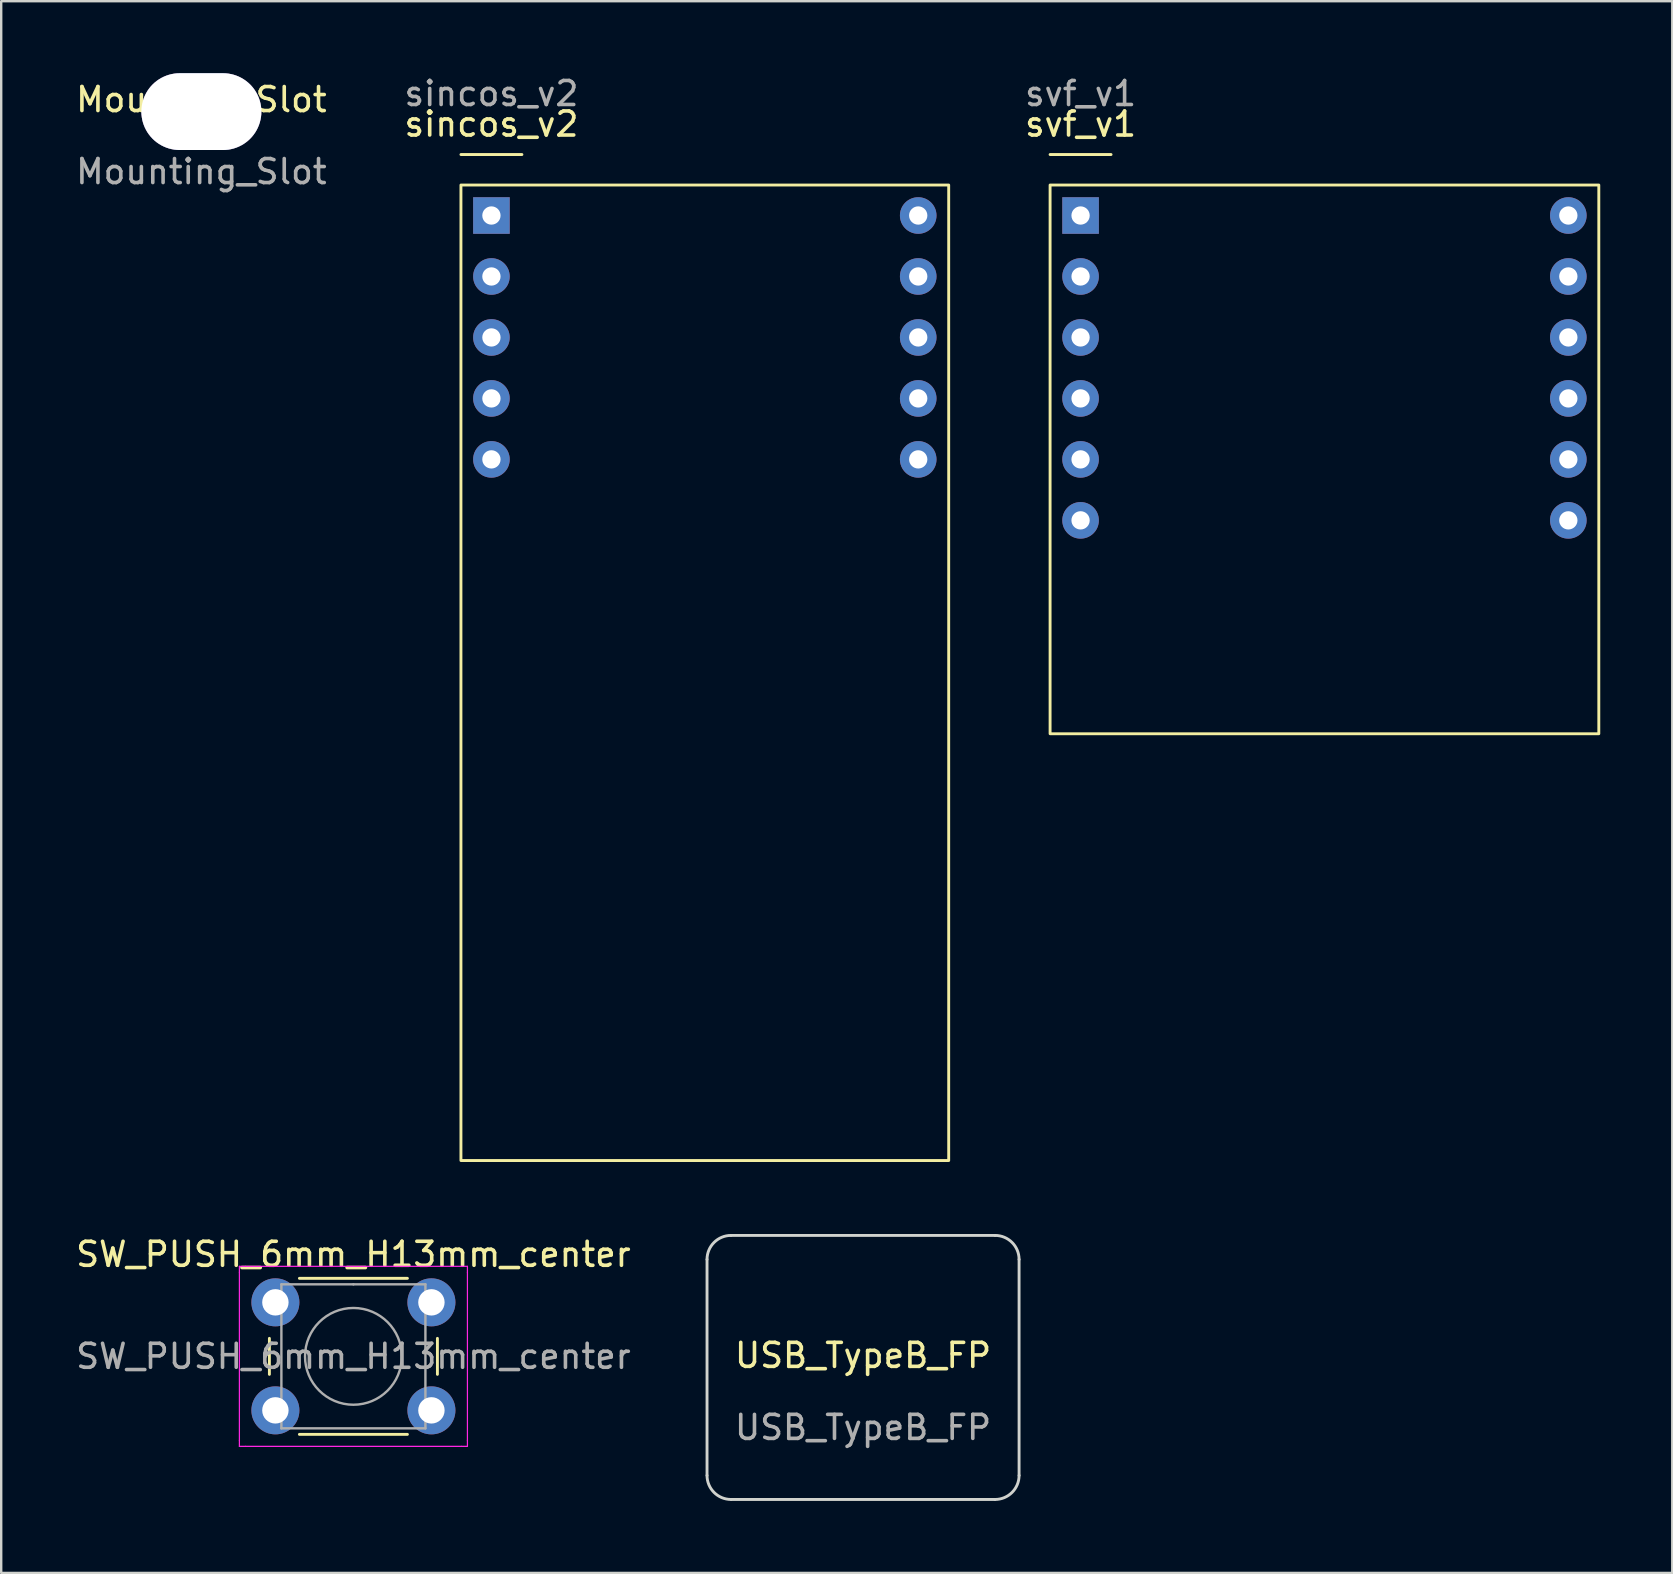
<source format=kicad_pcb>
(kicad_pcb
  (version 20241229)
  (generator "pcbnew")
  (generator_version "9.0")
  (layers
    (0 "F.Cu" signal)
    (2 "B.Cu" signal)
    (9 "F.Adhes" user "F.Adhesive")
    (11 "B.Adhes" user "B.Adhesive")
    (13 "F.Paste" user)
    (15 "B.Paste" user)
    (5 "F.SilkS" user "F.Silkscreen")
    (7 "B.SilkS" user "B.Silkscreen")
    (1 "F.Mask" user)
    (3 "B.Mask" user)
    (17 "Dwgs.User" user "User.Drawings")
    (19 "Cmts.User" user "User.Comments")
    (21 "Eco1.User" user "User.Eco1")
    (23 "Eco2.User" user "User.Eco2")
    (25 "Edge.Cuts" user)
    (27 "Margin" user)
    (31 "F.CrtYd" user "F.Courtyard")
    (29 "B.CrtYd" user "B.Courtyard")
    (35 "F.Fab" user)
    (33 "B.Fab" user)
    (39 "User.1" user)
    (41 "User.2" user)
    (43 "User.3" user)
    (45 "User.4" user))
  (footprint "sincos_v2"
    (layer "F.Cu")
    (at 17.423 5.928)
    (property "Reference" "sincos_v2" (at 0 -3.81 0) (unlocked yes) (layer "F.SilkS") (effects (font (size 1 1) (thickness 0.15))))
    (fp_line (start -1.27 -2.54) (end 1.27 -2.54) (stroke (width 0.12) (type solid)) (layer "F.SilkS"))
    (fp_rect (start -1.27 -1.27) (end 19.05 39.37) (stroke (width 0.12) (type solid)) (fill no) (layer "F.SilkS"))
    (fp_text user "${REFERENCE}" (at 0 -5.08 0) (unlocked yes) (layer "F.Fab") (effects (font (size 1 1) (thickness 0.15))))
    (pad "1" thru_hole rect (at 0 0) (size 1.524 1.524) (drill 0.762) (layers "*.Cu" "*.Mask"))
    (pad "2" thru_hole circle (at 0 2.54) (size 1.524 1.524) (drill 0.762) (layers "*.Cu" "*.Mask"))
    (pad "3" thru_hole circle (at 0 5.08) (size 1.524 1.524) (drill 0.762) (layers "*.Cu" "*.Mask"))
    (pad "4" thru_hole circle (at 0 7.62) (size 1.524 1.524) (drill 0.762) (layers "*.Cu" "*.Mask"))
    (pad "5" thru_hole circle (at 0 10.16) (size 1.524 1.524) (drill 0.762) (layers "*.Cu" "*.Mask"))
    (pad "6" thru_hole circle (at 17.78 10.16) (size 1.524 1.524) (drill 0.762) (layers "*.Cu" "*.Mask"))
    (pad "7" thru_hole circle (at 17.78 7.62) (size 1.524 1.524) (drill 0.762) (layers "*.Cu" "*.Mask"))
    (pad "8" thru_hole circle (at 17.78 5.08) (size 1.524 1.524) (drill 0.762) (layers "*.Cu" "*.Mask"))
    (pad "9" thru_hole circle (at 17.78 2.54) (size 1.524 1.524) (drill 0.762) (layers "*.Cu" "*.Mask"))
    (pad "10" thru_hole circle (at 17.78 0) (size 1.524 1.524) (drill 0.762) (layers "*.Cu" "*.Mask")))
  (footprint "USB_TypeB_FP"
    (layer "F.Cu")
    (at 32.905 53.918)
    (property "Reference" "USB_TypeB_FP" (at 0 -0.5 0) (unlocked yes) (layer "F.SilkS") (effects (font (size 1 1) (thickness 0.15))))
    (fp_line (start -6.5 4.5) (end -6.5 -4.5) (stroke (width 0.12) (type solid)) (layer "Edge.Cuts"))
    (fp_line (start 5.5 -5.5) (end -5.5 -5.5) (stroke (width 0.12) (type solid)) (layer "Edge.Cuts"))
    (fp_line (start 5.5 5.5) (end -5.5 5.5) (stroke (width 0.12) (type solid)) (layer "Edge.Cuts"))
    (fp_line (start 6.5 4.5) (end 6.5 -4.5) (stroke (width 0.12) (type solid)) (layer "Edge.Cuts"))
    (fp_arc (start -6.5 -4.5) (mid -6.207107 -5.207107) (end -5.5 -5.5) (stroke (width 0.12) (type solid)) (layer "Edge.Cuts"))
    (fp_arc (start -5.5 5.5) (mid -6.207107 5.207107) (end -6.5 4.5) (stroke (width 0.12) (type solid)) (layer "Edge.Cuts"))
    (fp_arc (start 5.5 -5.5) (mid 6.207107 -5.207107) (end 6.5 -4.5) (stroke (width 0.12) (type solid)) (layer "Edge.Cuts"))
    (fp_arc (start 6.5 4.5) (mid 6.207107 5.207107) (end 5.5 5.5) (stroke (width 0.12) (type solid)) (layer "Edge.Cuts"))
    (fp_text user "${REFERENCE}" (at 0 2.5 0) (unlocked yes) (layer "F.Fab") (effects (font (size 1 1) (thickness 0.15)))))
  (footprint "Mounting_Slot"
    (layer "F.Cu")
    (at 5.339 1.6)
    (property "Reference" "Mounting_Slot" (at 0 -0.5 0) (unlocked yes) (layer "F.SilkS") (effects (font (size 1 1) (thickness 0.15))))
    (fp_text user "${REFERENCE}" (at 0 2.5 0) (unlocked yes) (layer "F.Fab") (effects (font (size 1 1) (thickness 0.15))))
    (pad "1" thru_hole oval (at 0 0) (size 5 3.2) (drill oval 5 3.2) (layers "*.Cu" "*.Mask")))
  (footprint "svf_v1"
    (layer "F.Cu")
    (at 41.967 5.928)
    (property "Reference" "svf_v1" (at 0 -3.81 0) (unlocked yes) (layer "F.SilkS") (effects (font (size 1 1) (thickness 0.15))))
    (fp_line (start -1.27 -2.54) (end 1.27 -2.54) (stroke (width 0.12) (type solid)) (layer "F.SilkS"))
    (fp_rect (start -1.27 -1.27) (end 21.59 21.59) (stroke (width 0.12) (type solid)) (fill no) (layer "F.SilkS"))
    (fp_text user "${REFERENCE}" (at 0 -5.08 0) (unlocked yes) (layer "F.Fab") (effects (font (size 1 1) (thickness 0.15))))
    (pad "1" thru_hole rect (at 0 0) (size 1.524 1.524) (drill 0.762) (layers "*.Cu" "*.Mask"))
    (pad "2" thru_hole circle (at 0 2.54) (size 1.524 1.524) (drill 0.762) (layers "*.Cu" "*.Mask"))
    (pad "3" thru_hole circle (at 0 5.08) (size 1.524 1.524) (drill 0.762) (layers "*.Cu" "*.Mask"))
    (pad "4" thru_hole circle (at 0 7.62) (size 1.524 1.524) (drill 0.762) (layers "*.Cu" "*.Mask"))
    (pad "5" thru_hole circle (at 0 10.16) (size 1.524 1.524) (drill 0.762) (layers "*.Cu" "*.Mask"))
    (pad "6" thru_hole circle (at 0 12.7) (size 1.524 1.524) (drill 0.762) (layers "*.Cu" "*.Mask"))
    (pad "7" thru_hole circle (at 20.32 12.7) (size 1.524 1.524) (drill 0.762) (layers "*.Cu" "*.Mask"))
    (pad "8" thru_hole circle (at 20.32 10.16) (size 1.524 1.524) (drill 0.762) (layers "*.Cu" "*.Mask"))
    (pad "9" thru_hole circle (at 20.32 7.62) (size 1.524 1.524) (drill 0.762) (layers "*.Cu" "*.Mask"))
    (pad "10" thru_hole circle (at 20.32 5.08) (size 1.524 1.524) (drill 0.762) (layers "*.Cu" "*.Mask"))
    (pad "11" thru_hole circle (at 20.32 2.54) (size 1.524 1.524) (drill 0.762) (layers "*.Cu" "*.Mask"))
    (pad "12" thru_hole circle (at 20.32 0) (size 1.524 1.524) (drill 0.762) (layers "*.Cu" "*.Mask")))
  (footprint "SW_PUSH_6mm_H13mm_center"
    (layer "F.Cu")
    (at 11.673 53.456)
    (property "Reference" "SW_PUSH_6mm_H13mm_center" (at 0 -4.25 0) (layer "F.SilkS") (effects (font (size 1 1) (thickness 0.15))))
    (attr through_hole)
    (fp_line (start -3.5 -0.75) (end -3.5 0.75) (stroke (width 0.12) (type solid)) (layer "F.SilkS"))
    (fp_line (start -2.25 3.25) (end 2.25 3.25) (stroke (width 0.12) (type solid)) (layer "F.SilkS"))
    (fp_line (start 2.25 -3.25) (end -2.25 -3.25) (stroke (width 0.12) (type solid)) (layer "F.SilkS"))
    (fp_line (start 3.5 0.75) (end 3.5 -0.75) (stroke (width 0.12) (type solid)) (layer "F.SilkS"))
    (fp_line (start -4.75 -3.75) (end -4.5 -3.75) (stroke (width 0.05) (type solid)) (layer "F.CrtYd"))
    (fp_line (start -4.75 -3.5) (end -4.75 -3.75) (stroke (width 0.05) (type solid)) (layer "F.CrtYd"))
    (fp_line (start -4.75 3.5) (end -4.75 -3.5) (stroke (width 0.05) (type solid)) (layer "F.CrtYd"))
    (fp_line (start -4.75 3.5) (end -4.75 3.75) (stroke (width 0.05) (type solid)) (layer "F.CrtYd"))
    (fp_line (start -4.75 3.75) (end -4.5 3.75) (stroke (width 0.05) (type solid)) (layer "F.CrtYd"))
    (fp_line (start -4.5 -3.75) (end 4.5 -3.75) (stroke (width 0.05) (type solid)) (layer "F.CrtYd"))
    (fp_line (start 4.5 -3.75) (end 4.75 -3.75) (stroke (width 0.05) (type solid)) (layer "F.CrtYd"))
    (fp_line (start 4.5 3.75) (end -4.5 3.75) (stroke (width 0.05) (type solid)) (layer "F.CrtYd"))
    (fp_line (start 4.5 3.75) (end 4.75 3.75) (stroke (width 0.05) (type solid)) (layer "F.CrtYd"))
    (fp_line (start 4.75 -3.75) (end 4.75 -3.5) (stroke (width 0.05) (type solid)) (layer "F.CrtYd"))
    (fp_line (start 4.75 -3.5) (end 4.75 3.5) (stroke (width 0.05) (type solid)) (layer "F.CrtYd"))
    (fp_line (start 4.75 3.75) (end 4.75 3.5) (stroke (width 0.05) (type solid)) (layer "F.CrtYd"))
    (fp_line (start -3 -3) (end 0 -3) (stroke (width 0.1) (type solid)) (layer "F.Fab"))
    (fp_line (start -3 3) (end -3 -3) (stroke (width 0.1) (type solid)) (layer "F.Fab"))
    (fp_line (start 0 -3) (end 3 -3) (stroke (width 0.1) (type solid)) (layer "F.Fab"))
    (fp_line (start 3 -3) (end 3 3) (stroke (width 0.1) (type solid)) (layer "F.Fab"))
    (fp_line (start 3 3) (end -3 3) (stroke (width 0.1) (type solid)) (layer "F.Fab"))
    (fp_circle (center 0 0) (end -2 0.25) (stroke (width 0.1) (type solid)) (fill no) (layer "F.Fab"))
    (fp_text user "${REFERENCE}" (at 0 0 0) (layer "F.Fab") (effects (font (size 1 1) (thickness 0.15))))
    (pad "1" thru_hole circle (at -3.25 -2.25 90) (size 2 2) (drill 1.1) (layers "*.Cu" "*.Mask"))
    (pad "1" thru_hole circle (at 3.25 -2.25 90) (size 2 2) (drill 1.1) (layers "*.Cu" "*.Mask"))
    (pad "2" thru_hole circle (at -3.25 2.25 90) (size 2 2) (drill 1.1) (layers "*.Cu" "*.Mask"))
    (pad "2" thru_hole circle (at 3.25 2.25 90) (size 2 2) (drill 1.1) (layers "*.Cu" "*.Mask")))
  (gr_rect
    (start -3 -3)
    (end 66.617 62.478)
    (stroke (width 0.1) (type default))
    (fill no)
    (layer "Edge.Cuts")))
</source>
